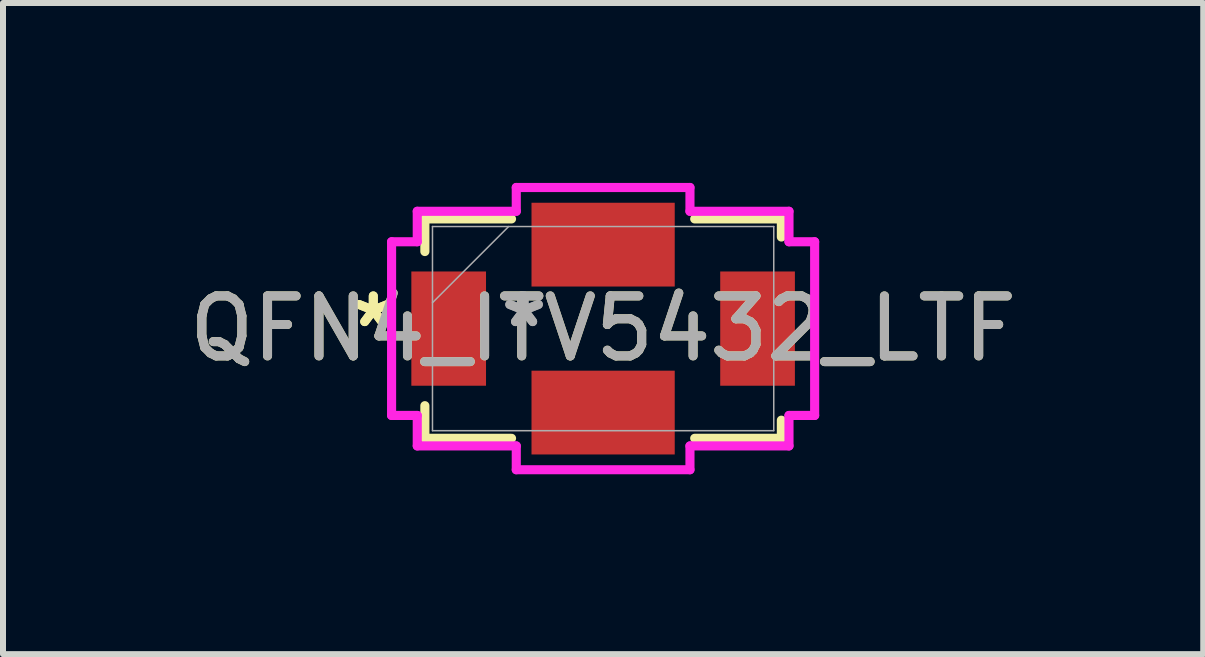
<source format=kicad_pcb>
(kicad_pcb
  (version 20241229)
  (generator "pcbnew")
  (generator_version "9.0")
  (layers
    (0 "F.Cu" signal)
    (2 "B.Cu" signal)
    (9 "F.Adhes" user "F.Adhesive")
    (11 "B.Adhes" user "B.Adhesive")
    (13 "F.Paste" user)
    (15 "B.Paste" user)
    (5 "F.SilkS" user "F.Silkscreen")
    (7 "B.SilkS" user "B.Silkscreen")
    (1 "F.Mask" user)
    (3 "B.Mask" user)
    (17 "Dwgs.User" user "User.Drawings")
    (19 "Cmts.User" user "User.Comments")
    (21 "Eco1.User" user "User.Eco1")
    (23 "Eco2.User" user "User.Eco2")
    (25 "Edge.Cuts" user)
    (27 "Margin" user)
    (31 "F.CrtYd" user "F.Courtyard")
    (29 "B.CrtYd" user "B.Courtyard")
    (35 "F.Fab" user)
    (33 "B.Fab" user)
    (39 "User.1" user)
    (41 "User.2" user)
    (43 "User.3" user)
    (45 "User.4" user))
  (footprint "QFN4_ITV5432_LTF"
    (layer "F.Cu")
    (at 7.006 2.429)
    (property "Reference" "QFN4_ITV5432_LTF" (at 0 0 0) (unlocked yes) (layer "F.SilkS") (effects (font (size 1 1) (thickness 0.15))))
    (attr smd)
    (fp_line (start -2.972 -1.829) (end -2.972 -1.285) (stroke (width 0.152) (type solid)) (layer "F.SilkS"))
    (fp_line (start -2.972 1.285) (end -2.972 1.829) (stroke (width 0.152) (type solid)) (layer "F.SilkS"))
    (fp_line (start -2.972 1.829) (end -1.527 1.829) (stroke (width 0.152) (type solid)) (layer "F.SilkS"))
    (fp_line (start -1.527 -1.829) (end -2.972 -1.829) (stroke (width 0.152) (type solid)) (layer "F.SilkS"))
    (fp_line (start 1.527 1.829) (end 2.972 1.829) (stroke (width 0.152) (type solid)) (layer "F.SilkS"))
    (fp_line (start 2.972 -1.829) (end 1.527 -1.829) (stroke (width 0.152) (type solid)) (layer "F.SilkS"))
    (fp_line (start 2.972 -1.527) (end 2.972 -1.829) (stroke (width 0.152) (type solid)) (layer "F.SilkS"))
    (fp_line (start 2.972 1.829) (end 2.972 1.527) (stroke (width 0.152) (type solid)) (layer "F.SilkS"))
    (fp_line (start -3.527 -1.448) (end -3.099 -1.448) (stroke (width 0.152) (type solid)) (layer "F.CrtYd"))
    (fp_line (start -3.527 1.448) (end -3.527 -1.448) (stroke (width 0.152) (type solid)) (layer "F.CrtYd"))
    (fp_line (start -3.099 -1.956) (end -1.448 -1.956) (stroke (width 0.152) (type solid)) (layer "F.CrtYd"))
    (fp_line (start -3.099 -1.448) (end -3.099 -1.956) (stroke (width 0.152) (type solid)) (layer "F.CrtYd"))
    (fp_line (start -3.099 1.448) (end -3.527 1.448) (stroke (width 0.152) (type solid)) (layer "F.CrtYd"))
    (fp_line (start -3.099 1.956) (end -3.099 1.448) (stroke (width 0.152) (type solid)) (layer "F.CrtYd"))
    (fp_line (start -1.448 -2.353) (end 1.448 -2.353) (stroke (width 0.152) (type solid)) (layer "F.CrtYd"))
    (fp_line (start -1.448 -1.956) (end -1.448 -2.353) (stroke (width 0.152) (type solid)) (layer "F.CrtYd"))
    (fp_line (start -1.448 1.956) (end -3.099 1.956) (stroke (width 0.152) (type solid)) (layer "F.CrtYd"))
    (fp_line (start -1.448 2.353) (end -1.448 1.956) (stroke (width 0.152) (type solid)) (layer "F.CrtYd"))
    (fp_line (start 1.448 -2.353) (end 1.448 -1.956) (stroke (width 0.152) (type solid)) (layer "F.CrtYd"))
    (fp_line (start 1.448 -1.956) (end 3.099 -1.956) (stroke (width 0.152) (type solid)) (layer "F.CrtYd"))
    (fp_line (start 1.448 1.956) (end 1.448 2.353) (stroke (width 0.152) (type solid)) (layer "F.CrtYd"))
    (fp_line (start 1.448 2.353) (end -1.448 2.353) (stroke (width 0.152) (type solid)) (layer "F.CrtYd"))
    (fp_line (start 3.099 -1.956) (end 3.099 -1.448) (stroke (width 0.152) (type solid)) (layer "F.CrtYd"))
    (fp_line (start 3.099 -1.448) (end 3.527 -1.448) (stroke (width 0.152) (type solid)) (layer "F.CrtYd"))
    (fp_line (start 3.099 1.448) (end 3.099 1.956) (stroke (width 0.152) (type solid)) (layer "F.CrtYd"))
    (fp_line (start 3.099 1.956) (end 1.448 1.956) (stroke (width 0.152) (type solid)) (layer "F.CrtYd"))
    (fp_line (start 3.527 -1.448) (end 3.527 1.448) (stroke (width 0.152) (type solid)) (layer "F.CrtYd"))
    (fp_line (start 3.527 1.448) (end 3.099 1.448) (stroke (width 0.152) (type solid)) (layer "F.CrtYd"))
    (fp_line (start -2.845 -1.702) (end -2.845 1.702) (stroke (width 0.025) (type solid)) (layer "F.Fab"))
    (fp_line (start -2.845 -0.432) (end -1.575 -1.702) (stroke (width 0.025) (type solid)) (layer "F.Fab"))
    (fp_line (start -2.845 1.702) (end 2.845 1.702) (stroke (width 0.025) (type solid)) (layer "F.Fab"))
    (fp_line (start 2.845 -1.702) (end -2.845 -1.702) (stroke (width 0.025) (type solid)) (layer "F.Fab"))
    (fp_line (start 2.845 1.702) (end 2.845 -1.702) (stroke (width 0.025) (type solid)) (layer "F.Fab"))
    (fp_text user "*" (at -3.832 0 0) (unlocked yes) (layer "F.SilkS") (effects (font (size 1 1) (thickness 0.15))))
    (fp_text user "*" (at -3.832 0 0) (layer "F.SilkS") (effects (font (size 1 1) (thickness 0.15))))
    (fp_text user "*" (at -1.318 0 0) (layer "F.Fab") (effects (font (size 1 1) (thickness 0.15))))
    (fp_text user "${REFERENCE}" (at 0 0 0) (unlocked yes) (layer "F.Fab") (effects (font (size 1 1) (thickness 0.15))))
    (fp_text user "*" (at -1.318 0 0) (unlocked yes) (layer "F.Fab") (effects (font (size 1 1) (thickness 0.15))))
    (pad "1" smd rect (at 0 1.4 90) (size 1.397 2.388) (layers "F.Cu" "F.Mask" "F.Paste"))
    (pad "2" smd rect (at -2.575 0) (size 1.245 1.905) (layers "F.Cu" "F.Mask" "F.Paste"))
    (pad "3" smd rect (at 0 -1.4 90) (size 1.397 2.388) (layers "F.Cu" "F.Mask" "F.Paste"))
    (pad "4" smd rect (at 2.575 0) (size 1.245 1.905) (layers "F.Cu" "F.Mask" "F.Paste")))
  (gr_rect
    (start -3 -3)
    (end 17.012 7.857)
    (stroke (width 0.1) (type default))
    (fill no)
    (layer "Edge.Cuts")))
</source>
